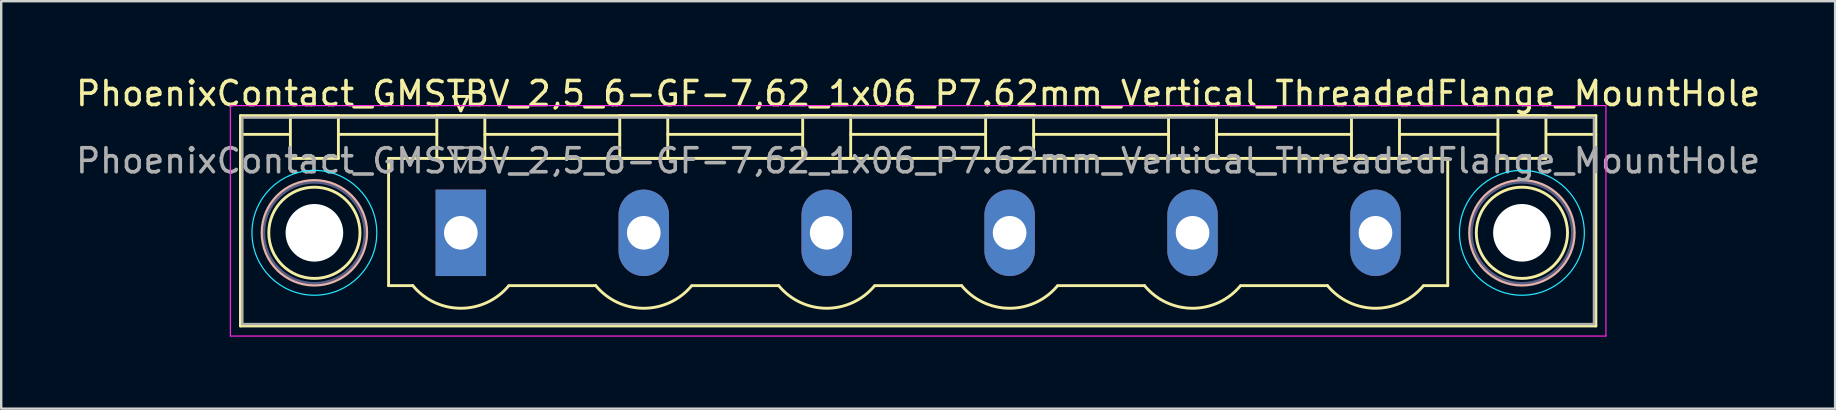
<source format=kicad_pcb>
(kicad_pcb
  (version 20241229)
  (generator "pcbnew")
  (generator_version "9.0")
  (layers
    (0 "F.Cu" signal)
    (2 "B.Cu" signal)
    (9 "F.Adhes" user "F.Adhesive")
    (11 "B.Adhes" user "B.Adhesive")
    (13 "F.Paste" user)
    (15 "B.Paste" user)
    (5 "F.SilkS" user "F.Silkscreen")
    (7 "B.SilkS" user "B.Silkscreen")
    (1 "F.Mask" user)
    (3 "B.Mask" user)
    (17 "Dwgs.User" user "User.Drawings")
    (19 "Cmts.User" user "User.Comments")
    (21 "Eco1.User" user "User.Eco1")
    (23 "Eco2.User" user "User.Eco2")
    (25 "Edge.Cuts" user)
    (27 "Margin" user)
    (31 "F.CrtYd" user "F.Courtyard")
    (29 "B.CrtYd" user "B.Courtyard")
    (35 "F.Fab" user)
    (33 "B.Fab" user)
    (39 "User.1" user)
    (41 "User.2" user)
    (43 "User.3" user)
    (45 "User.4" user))
  (footprint "PhoenixContact_GMSTBV_2,5_6-GF-7,62_1x06_P7.62mm_Vertical_ThreadedFlange_MountHole"
    (layer "F.Cu")
    (at 16.146 6.648)
    (property "Reference" "PhoenixContact_GMSTBV_2,5_6-GF-7,62_1x06_P7.62mm_Vertical_ThreadedFlange_MountHole" (at 19.05 -5.8 0) (layer "F.SilkS") (effects (font (size 1 1) (thickness 0.15))))
    (attr through_hole)
    (fp_line (start -9.18 -4.88) (end -9.18 3.88) (stroke (width 0.12) (type solid)) (layer "F.SilkS"))
    (fp_line (start -9.18 -4.1) (end -7.18 -4.1) (stroke (width 0.12) (type solid)) (layer "F.SilkS"))
    (fp_line (start -9.18 3.88) (end 47.28 3.88) (stroke (width 0.12) (type solid)) (layer "F.SilkS"))
    (fp_line (start -7.1 -4.88) (end -5.1 -4.88) (stroke (width 0.12) (type solid)) (layer "F.SilkS"))
    (fp_line (start -7.1 -3.1) (end -7.1 -4.88) (stroke (width 0.12) (type solid)) (layer "F.SilkS"))
    (fp_line (start -5.1 -4.88) (end -5.1 -3.1) (stroke (width 0.12) (type solid)) (layer "F.SilkS"))
    (fp_line (start -5.1 -4.1) (end -1 -4.1) (stroke (width 0.12) (type solid)) (layer "F.SilkS"))
    (fp_line (start -5.1 -3.1) (end -7.1 -3.1) (stroke (width 0.12) (type solid)) (layer "F.SilkS"))
    (fp_line (start -3.01 -3.1) (end 41.11 -3.1) (stroke (width 0.12) (type solid)) (layer "F.SilkS"))
    (fp_line (start -3.01 2.2) (end -3.01 -3.1) (stroke (width 0.12) (type solid)) (layer "F.SilkS"))
    (fp_line (start -2 2.2) (end -3.01 2.2) (stroke (width 0.12) (type solid)) (layer "F.SilkS"))
    (fp_line (start -1 -4.88) (end 1 -4.88) (stroke (width 0.12) (type solid)) (layer "F.SilkS"))
    (fp_line (start -1 -3.1) (end -1 -4.88) (stroke (width 0.12) (type solid)) (layer "F.SilkS"))
    (fp_line (start -0.3 -5.68) (end 0.3 -5.68) (stroke (width 0.12) (type solid)) (layer "F.SilkS"))
    (fp_line (start 0 -5.08) (end -0.3 -5.68) (stroke (width 0.12) (type solid)) (layer "F.SilkS"))
    (fp_line (start 0.3 -5.68) (end 0 -5.08) (stroke (width 0.12) (type solid)) (layer "F.SilkS"))
    (fp_line (start 1 -4.88) (end 1 -3.1) (stroke (width 0.12) (type solid)) (layer "F.SilkS"))
    (fp_line (start 1 -4.1) (end 6.62 -4.1) (stroke (width 0.12) (type solid)) (layer "F.SilkS"))
    (fp_line (start 1 -3.1) (end -1 -3.1) (stroke (width 0.12) (type solid)) (layer "F.SilkS"))
    (fp_line (start 2 2.2) (end 5.62 2.2) (stroke (width 0.12) (type solid)) (layer "F.SilkS"))
    (fp_line (start 6.62 -4.88) (end 8.62 -4.88) (stroke (width 0.12) (type solid)) (layer "F.SilkS"))
    (fp_line (start 6.62 -3.1) (end 6.62 -4.88) (stroke (width 0.12) (type solid)) (layer "F.SilkS"))
    (fp_line (start 8.62 -4.88) (end 8.62 -3.1) (stroke (width 0.12) (type solid)) (layer "F.SilkS"))
    (fp_line (start 8.62 -4.1) (end 14.24 -4.1) (stroke (width 0.12) (type solid)) (layer "F.SilkS"))
    (fp_line (start 8.62 -3.1) (end 6.62 -3.1) (stroke (width 0.12) (type solid)) (layer "F.SilkS"))
    (fp_line (start 9.62 2.2) (end 13.24 2.2) (stroke (width 0.12) (type solid)) (layer "F.SilkS"))
    (fp_line (start 14.24 -4.88) (end 16.24 -4.88) (stroke (width 0.12) (type solid)) (layer "F.SilkS"))
    (fp_line (start 14.24 -3.1) (end 14.24 -4.88) (stroke (width 0.12) (type solid)) (layer "F.SilkS"))
    (fp_line (start 16.24 -4.88) (end 16.24 -3.1) (stroke (width 0.12) (type solid)) (layer "F.SilkS"))
    (fp_line (start 16.24 -4.1) (end 21.86 -4.1) (stroke (width 0.12) (type solid)) (layer "F.SilkS"))
    (fp_line (start 16.24 -3.1) (end 14.24 -3.1) (stroke (width 0.12) (type solid)) (layer "F.SilkS"))
    (fp_line (start 17.24 2.2) (end 20.86 2.2) (stroke (width 0.12) (type solid)) (layer "F.SilkS"))
    (fp_line (start 21.86 -4.88) (end 23.86 -4.88) (stroke (width 0.12) (type solid)) (layer "F.SilkS"))
    (fp_line (start 21.86 -3.1) (end 21.86 -4.88) (stroke (width 0.12) (type solid)) (layer "F.SilkS"))
    (fp_line (start 23.86 -4.88) (end 23.86 -3.1) (stroke (width 0.12) (type solid)) (layer "F.SilkS"))
    (fp_line (start 23.86 -4.1) (end 29.48 -4.1) (stroke (width 0.12) (type solid)) (layer "F.SilkS"))
    (fp_line (start 23.86 -3.1) (end 21.86 -3.1) (stroke (width 0.12) (type solid)) (layer "F.SilkS"))
    (fp_line (start 24.86 2.2) (end 28.48 2.2) (stroke (width 0.12) (type solid)) (layer "F.SilkS"))
    (fp_line (start 29.48 -4.88) (end 31.48 -4.88) (stroke (width 0.12) (type solid)) (layer "F.SilkS"))
    (fp_line (start 29.48 -3.1) (end 29.48 -4.88) (stroke (width 0.12) (type solid)) (layer "F.SilkS"))
    (fp_line (start 31.48 -4.88) (end 31.48 -3.1) (stroke (width 0.12) (type solid)) (layer "F.SilkS"))
    (fp_line (start 31.48 -4.1) (end 37.1 -4.1) (stroke (width 0.12) (type solid)) (layer "F.SilkS"))
    (fp_line (start 31.48 -3.1) (end 29.48 -3.1) (stroke (width 0.12) (type solid)) (layer "F.SilkS"))
    (fp_line (start 32.48 2.2) (end 36.1 2.2) (stroke (width 0.12) (type solid)) (layer "F.SilkS"))
    (fp_line (start 37.1 -4.88) (end 39.1 -4.88) (stroke (width 0.12) (type solid)) (layer "F.SilkS"))
    (fp_line (start 37.1 -3.1) (end 37.1 -4.88) (stroke (width 0.12) (type solid)) (layer "F.SilkS"))
    (fp_line (start 39.1 -4.88) (end 39.1 -3.1) (stroke (width 0.12) (type solid)) (layer "F.SilkS"))
    (fp_line (start 39.1 -4.1) (end 43.2 -4.1) (stroke (width 0.12) (type solid)) (layer "F.SilkS"))
    (fp_line (start 39.1 -3.1) (end 37.1 -3.1) (stroke (width 0.12) (type solid)) (layer "F.SilkS"))
    (fp_line (start 41.11 -3.1) (end 41.11 2.2) (stroke (width 0.12) (type solid)) (layer "F.SilkS"))
    (fp_line (start 41.11 2.2) (end 40.1 2.2) (stroke (width 0.12) (type solid)) (layer "F.SilkS"))
    (fp_line (start 43.2 -4.88) (end 45.2 -4.88) (stroke (width 0.12) (type solid)) (layer "F.SilkS"))
    (fp_line (start 43.2 -3.1) (end 43.2 -4.88) (stroke (width 0.12) (type solid)) (layer "F.SilkS"))
    (fp_line (start 45.2 -4.88) (end 45.2 -3.1) (stroke (width 0.12) (type solid)) (layer "F.SilkS"))
    (fp_line (start 45.2 -3.1) (end 43.2 -3.1) (stroke (width 0.12) (type solid)) (layer "F.SilkS"))
    (fp_line (start 47.28 -4.88) (end -9.18 -4.88) (stroke (width 0.12) (type solid)) (layer "F.SilkS"))
    (fp_line (start 47.28 -4.1) (end 45.28 -4.1) (stroke (width 0.12) (type solid)) (layer "F.SilkS"))
    (fp_line (start 47.28 3.88) (end 47.28 -4.88) (stroke (width 0.12) (type solid)) (layer "F.SilkS"))
    (fp_arc (start 1.986842 2.215821) (mid -0.010289 3.142758) (end -2 2.2) (stroke (width 0.12) (type solid)) (layer "F.SilkS"))
    (fp_arc (start 9.606842 2.215821) (mid 7.609711 3.142758) (end 5.62 2.2) (stroke (width 0.12) (type solid)) (layer "F.SilkS"))
    (fp_arc (start 17.226842 2.215821) (mid 15.229711 3.142758) (end 13.24 2.2) (stroke (width 0.12) (type solid)) (layer "F.SilkS"))
    (fp_arc (start 24.846842 2.215821) (mid 22.849711 3.142758) (end 20.86 2.2) (stroke (width 0.12) (type solid)) (layer "F.SilkS"))
    (fp_arc (start 32.466842 2.215821) (mid 30.469711 3.142758) (end 28.48 2.2) (stroke (width 0.12) (type solid)) (layer "F.SilkS"))
    (fp_arc (start 40.086842 2.215821) (mid 38.089711 3.142758) (end 36.1 2.2) (stroke (width 0.12) (type solid)) (layer "F.SilkS"))
    (fp_circle (center -6.1 0) (end -4.2 0) (stroke (width 0.12) (type solid)) (fill no) (layer "F.SilkS"))
    (fp_circle (center 44.2 0) (end 46.1 0) (stroke (width 0.12) (type solid)) (fill no) (layer "F.SilkS"))
    (fp_circle (center -6.1 0) (end -3.92 0) (stroke (width 0.12) (type solid)) (fill no) (layer "B.SilkS"))
    (fp_circle (center 44.2 0) (end 46.38 0) (stroke (width 0.12) (type solid)) (fill no) (layer "B.SilkS"))
    (fp_circle (center -6.1 0) (end -3.5 0) (stroke (width 0.05) (type solid)) (fill no) (layer "B.CrtYd"))
    (fp_circle (center 44.2 0) (end 46.8 0) (stroke (width 0.05) (type solid)) (fill no) (layer "B.CrtYd"))
    (fp_line (start -9.6 -5.3) (end -9.6 4.3) (stroke (width 0.05) (type solid)) (layer "F.CrtYd"))
    (fp_line (start -9.6 4.3) (end 47.7 4.3) (stroke (width 0.05) (type solid)) (layer "F.CrtYd"))
    (fp_line (start 47.7 -5.3) (end -9.6 -5.3) (stroke (width 0.05) (type solid)) (layer "F.CrtYd"))
    (fp_line (start 47.7 4.3) (end 47.7 -5.3) (stroke (width 0.05) (type solid)) (layer "F.CrtYd"))
    (fp_circle (center -6.1 0) (end -4 0) (stroke (width 0.1) (type solid)) (fill no) (layer "B.Fab"))
    (fp_circle (center 44.2 0) (end 46.3 0) (stroke (width 0.1) (type solid)) (fill no) (layer "B.Fab"))
    (fp_line (start -9.1 -4.8) (end -9.1 3.8) (stroke (width 0.1) (type solid)) (layer "F.Fab"))
    (fp_line (start -9.1 3.8) (end 47.2 3.8) (stroke (width 0.1) (type solid)) (layer "F.Fab"))
    (fp_line (start -0.5 -3.55) (end 0.5 -3.55) (stroke (width 0.1) (type solid)) (layer "F.Fab"))
    (fp_line (start 0 -2.55) (end -0.5 -3.55) (stroke (width 0.1) (type solid)) (layer "F.Fab"))
    (fp_line (start 0.5 -3.55) (end 0 -2.55) (stroke (width 0.1) (type solid)) (layer "F.Fab"))
    (fp_line (start 47.2 -4.8) (end -9.1 -4.8) (stroke (width 0.1) (type solid)) (layer "F.Fab"))
    (fp_line (start 47.2 3.8) (end 47.2 -4.8) (stroke (width 0.1) (type solid)) (layer "F.Fab"))
    (fp_text user "${REFERENCE}" (at 19.05 -3 0) (layer "F.Fab") (effects (font (size 1 1) (thickness 0.15))))
    (pad "" np_thru_hole circle (at -6.1 0) (size 2.4 2.4) (drill 2.4) (layers "*.Cu" "*.Mask"))
    (pad "" np_thru_hole circle (at 44.2 0) (size 2.4 2.4) (drill 2.4) (layers "*.Cu" "*.Mask"))
    (pad "1" thru_hole rect (at 0 0) (size 2.1 3.6) (drill 1.4) (layers "*.Cu" "*.Mask"))
    (pad "2" thru_hole oval (at 7.62 0) (size 2.1 3.6) (drill 1.4) (layers "*.Cu" "*.Mask"))
    (pad "3" thru_hole oval (at 15.24 0) (size 2.1 3.6) (drill 1.4) (layers "*.Cu" "*.Mask"))
    (pad "4" thru_hole oval (at 22.86 0) (size 2.1 3.6) (drill 1.4) (layers "*.Cu" "*.Mask"))
    (pad "5" thru_hole oval (at 30.48 0) (size 2.1 3.6) (drill 1.4) (layers "*.Cu" "*.Mask"))
    (pad "6" thru_hole oval (at 38.1 0) (size 2.1 3.6) (drill 1.4) (layers "*.Cu" "*.Mask")))
  (gr_rect
    (start -3 -3)
    (end 73.393 13.973)
    (stroke (width 0.1) (type default))
    (fill no)
    (layer "Edge.Cuts")))
</source>
